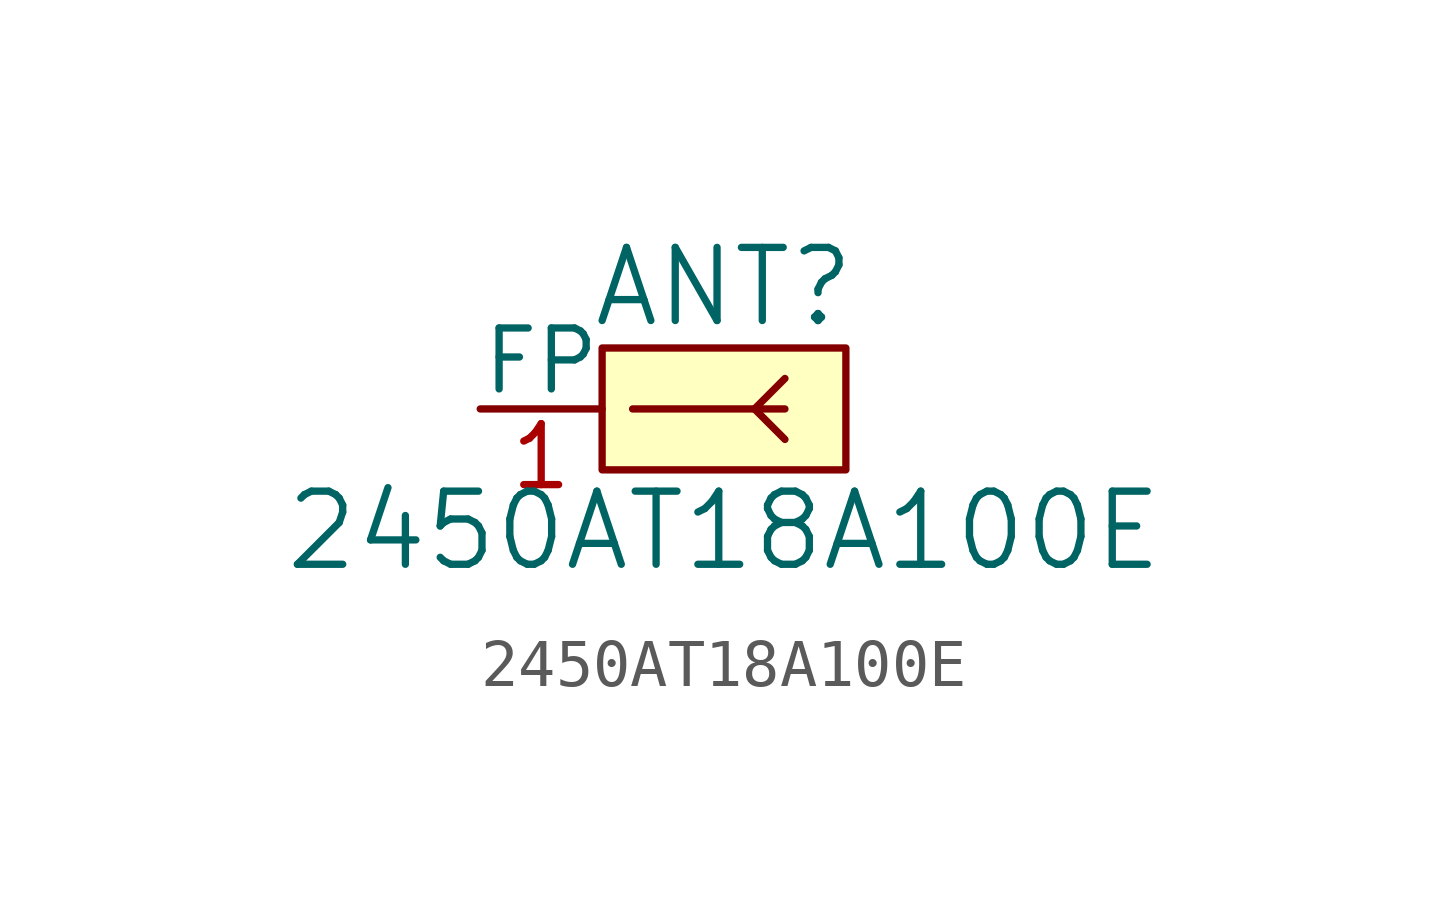
<source format=kicad_sym>
(kicad_symbol_lib
  (version 20220914)
  (generator kicad_symbol_editor)
  (symbol "2450AT18A100E"
    (pin_names
      (offset 0))
    (property "Reference" "ANT"
      (at 0 2.54 0)
      (effects (font (size 1.524 1.524))))
    (property "Value" "2450AT18A100E"
      (at 0 -2.54 0)
      (effects (font (size 1.524 1.524))))
    (symbol "2450AT18A100E_0_1"
      (rectangle (start -2.54 1.27) (end 2.54 -1.27) (stroke (width 0) (type solid)) (fill (type background)))
      (polyline (pts (xy 0.635 0) (xy 1.27 -0.635)) (stroke (width 0) (type solid)) (fill (type none)))
      (polyline (pts (xy 0.635 0) (xy 1.27 0)) (stroke (width 0) (type solid)) (fill (type none)))
      (polyline (pts (xy -1.905 0) (xy 0.635 0) (xy 1.27 0.635)) (stroke (width 0) (type solid)) (fill (type none))))
    (symbol "2450AT18A100E_1_1"
      (pin input line (at -5.08 0 0) (length 2.54) (name "FP" (effects (font (size 1.27 1.27)))) (number "1" (effects (font (size 1.27 1.27)))))
      (pin no_connect line (at 5.08 0 180) (length 2.54) hide (name "NC" (effects (font (size 1.27 1.27)))) (number "2" (effects (font (size 1.27 1.27))))))))
</source>
